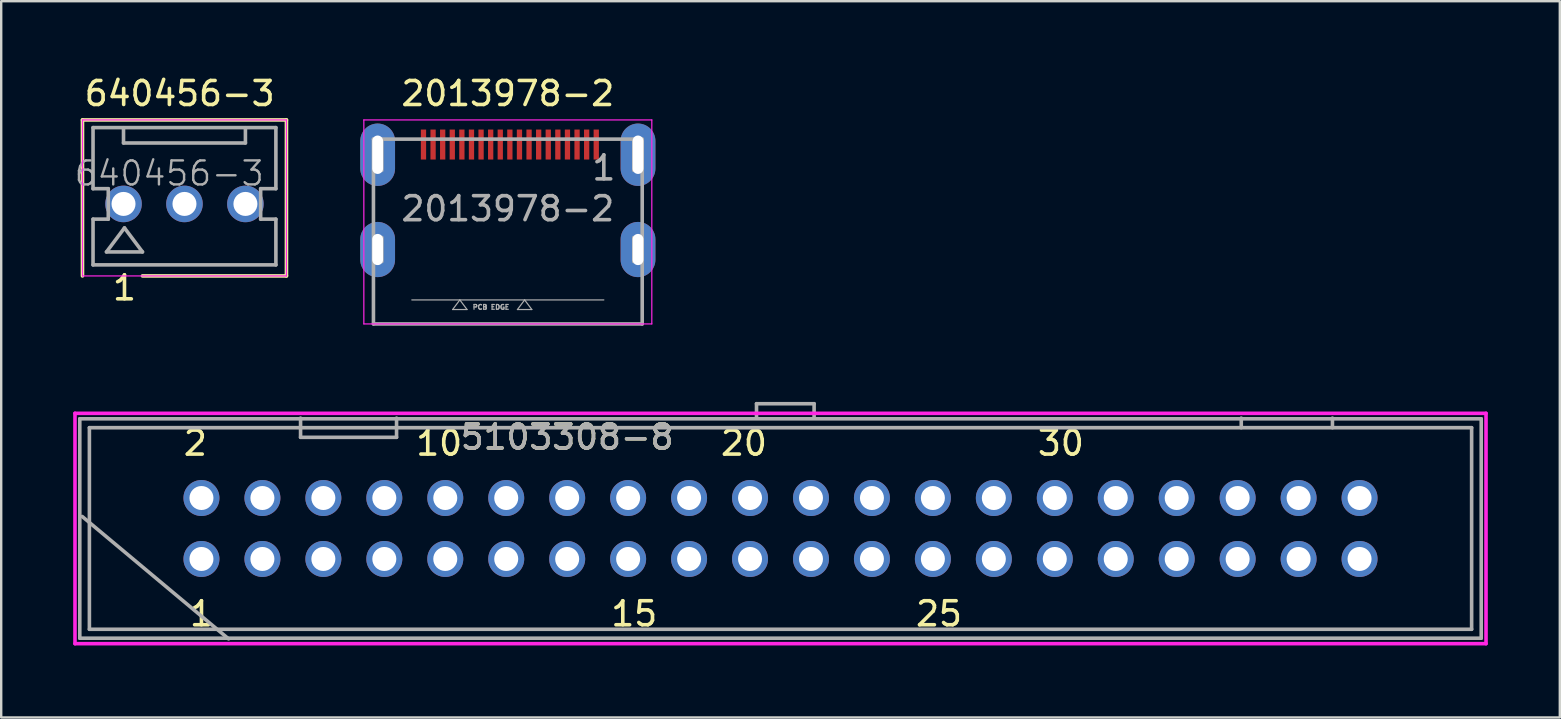
<source format=kicad_pcb>
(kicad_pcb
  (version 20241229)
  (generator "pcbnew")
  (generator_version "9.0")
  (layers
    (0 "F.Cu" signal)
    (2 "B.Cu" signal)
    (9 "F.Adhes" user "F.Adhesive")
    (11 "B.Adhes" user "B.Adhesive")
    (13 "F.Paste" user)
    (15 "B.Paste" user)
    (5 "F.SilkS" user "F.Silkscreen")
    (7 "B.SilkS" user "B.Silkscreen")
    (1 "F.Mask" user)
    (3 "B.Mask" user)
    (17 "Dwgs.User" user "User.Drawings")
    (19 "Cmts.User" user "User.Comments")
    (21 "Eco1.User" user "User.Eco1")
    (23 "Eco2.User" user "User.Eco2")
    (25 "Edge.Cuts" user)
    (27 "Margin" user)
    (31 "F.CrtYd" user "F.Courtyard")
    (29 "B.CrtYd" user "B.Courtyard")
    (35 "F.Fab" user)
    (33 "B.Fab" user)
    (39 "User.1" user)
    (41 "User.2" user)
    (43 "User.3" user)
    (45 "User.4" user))
  (footprint "5103308-8"
    (layer "F.Cu")
    (at 29.475 18.973)
    (property "Reference" "5103308-8" (at -8.89 -3.81 0) (layer "F.SilkS") (effects (font (size 1 1) (thickness 0.15))))
    (attr smd)
    (fp_line (start -29.4 -4.8) (end 29.4 -4.8) (stroke (width 0.15) (type solid)) (layer "F.CrtYd"))
    (fp_line (start -29.4 4.8) (end -29.4 -4.8) (stroke (width 0.15) (type solid)) (layer "F.CrtYd"))
    (fp_line (start 29.4 -4.8) (end 29.4 4.8) (stroke (width 0.15) (type solid)) (layer "F.CrtYd"))
    (fp_line (start 29.4 4.8) (end -29.4 4.8) (stroke (width 0.15) (type solid)) (layer "F.CrtYd"))
    (fp_line (start -29.2 -4.572) (end 29.2 -4.571) (stroke (width 0.15) (type solid)) (layer "F.Fab"))
    (fp_line (start -29.2 4.572) (end -29.2 -4.572) (stroke (width 0.15) (type solid)) (layer "F.Fab"))
    (fp_line (start -29.1 -0.5) (end -23 4.6) (stroke (width 0.15) (type solid)) (layer "F.Fab"))
    (fp_line (start -28.8 -4.2) (end -28.8 4.2) (stroke (width 0.15) (type solid)) (layer "F.Fab"))
    (fp_line (start -28.8 4.2) (end 28.8 4.2) (stroke (width 0.15) (type solid)) (layer "F.Fab"))
    (fp_line (start -20 -4.6) (end -20 -3.8) (stroke (width 0.15) (type solid)) (layer "F.Fab"))
    (fp_line (start -20 -3.8) (end -16 -3.8) (stroke (width 0.15) (type solid)) (layer "F.Fab"))
    (fp_line (start -16 -3.8) (end -16 -4.6) (stroke (width 0.15) (type solid)) (layer "F.Fab"))
    (fp_line (start -1 -5.2) (end 1.4 -5.2) (stroke (width 0.15) (type solid)) (layer "F.Fab"))
    (fp_line (start -1 -4.6) (end -1 -5.2) (stroke (width 0.15) (type solid)) (layer "F.Fab"))
    (fp_line (start 1.4 -5.2) (end 1.4 -4.6) (stroke (width 0.15) (type solid)) (layer "F.Fab"))
    (fp_line (start 19.2 -4.6) (end 19.2 -4.2) (stroke (width 0.15) (type solid)) (layer "F.Fab"))
    (fp_line (start 23 -4.6) (end 23 -4.2) (stroke (width 0.15) (type solid)) (layer "F.Fab"))
    (fp_line (start 28.8 -4.2) (end -28.8 -4.2) (stroke (width 0.15) (type solid)) (layer "F.Fab"))
    (fp_line (start 28.8 4.2) (end 28.8 -4.2) (stroke (width 0.15) (type solid)) (layer "F.Fab"))
    (fp_line (start 29.2 -4.572) (end 29.2 4.572) (stroke (width 0.15) (type solid)) (layer "F.Fab"))
    (fp_line (start 29.2 4.572) (end -29.2 4.572) (stroke (width 0.15) (type solid)) (layer "F.Fab"))
    (fp_text user "1" (at -24.13 3.556 0) (layer "F.SilkS") (effects (font (size 1 1) (thickness 0.15))))
    (fp_text user "25" (at 6.604 3.556 0) (layer "F.SilkS") (effects (font (size 1 1) (thickness 0.15))))
    (fp_text user "2" (at -24.384 -3.556 0) (layer "F.SilkS") (effects (font (size 1 1) (thickness 0.15))))
    (fp_text user "30" (at 11.684 -3.556 0) (layer "F.SilkS") (effects (font (size 1 1) (thickness 0.15))))
    (fp_text user "20" (at -1.524 -3.556 0) (layer "F.SilkS") (effects (font (size 1 1) (thickness 0.15))))
    (fp_text user "15" (at -6.096 3.556 0) (layer "F.SilkS") (effects (font (size 1 1) (thickness 0.15))))
    (fp_text user "10" (at -14.224 -3.556 0) (layer "F.SilkS") (effects (font (size 1 1) (thickness 0.15))))
    (fp_text user "${REFERENCE}" (at -8.89 -3.81 0) (layer "F.Fab") (effects (font (size 1 1) (thickness 0.15))))
    (pad "1" thru_hole circle (at -24.13 1.27) (size 1.5 1.5) (drill 1) (layers "*.Cu" "*.Mask"))
    (pad "2" thru_hole circle (at -24.13 -1.27) (size 1.5 1.5) (drill 1) (layers "*.Cu" "*.Mask"))
    (pad "3" thru_hole circle (at -21.59 1.27) (size 1.5 1.5) (drill 1) (layers "*.Cu" "*.Mask"))
    (pad "4" thru_hole circle (at -21.59 -1.27) (size 1.5 1.5) (drill 1) (layers "*.Cu" "*.Mask"))
    (pad "5" thru_hole circle (at -19.05 1.27) (size 1.5 1.5) (drill 1) (layers "*.Cu" "*.Mask"))
    (pad "6" thru_hole circle (at -19.05 -1.27) (size 1.5 1.5) (drill 1) (layers "*.Cu" "*.Mask"))
    (pad "7" thru_hole circle (at -16.51 1.27) (size 1.5 1.5) (drill 1) (layers "*.Cu" "*.Mask"))
    (pad "8" thru_hole circle (at -16.51 -1.27) (size 1.5 1.5) (drill 1) (layers "*.Cu" "*.Mask"))
    (pad "9" thru_hole circle (at -13.97 1.27) (size 1.5 1.5) (drill 1) (layers "*.Cu" "*.Mask"))
    (pad "10" thru_hole circle (at -13.97 -1.27) (size 1.5 1.5) (drill 1) (layers "*.Cu" "*.Mask"))
    (pad "11" thru_hole circle (at -11.43 1.27) (size 1.5 1.5) (drill 1) (layers "*.Cu" "*.Mask"))
    (pad "12" thru_hole circle (at -11.43 -1.27) (size 1.5 1.5) (drill 1) (layers "*.Cu" "*.Mask"))
    (pad "13" thru_hole circle (at -8.89 1.27) (size 1.5 1.5) (drill 1) (layers "*.Cu" "*.Mask"))
    (pad "14" thru_hole circle (at -8.89 -1.27) (size 1.5 1.5) (drill 1) (layers "*.Cu" "*.Mask"))
    (pad "15" thru_hole circle (at -6.35 1.27) (size 1.5 1.5) (drill 1) (layers "*.Cu" "*.Mask"))
    (pad "16" thru_hole circle (at -6.35 -1.27) (size 1.5 1.5) (drill 1) (layers "*.Cu" "*.Mask"))
    (pad "17" thru_hole circle (at -3.81 1.27) (size 1.5 1.5) (drill 1) (layers "*.Cu" "*.Mask"))
    (pad "18" thru_hole circle (at -3.81 -1.27) (size 1.5 1.5) (drill 1) (layers "*.Cu" "*.Mask"))
    (pad "19" thru_hole circle (at -1.27 1.27) (size 1.5 1.5) (drill 1) (layers "*.Cu" "*.Mask"))
    (pad "20" thru_hole circle (at -1.27 -1.27) (size 1.5 1.5) (drill 1) (layers "*.Cu" "*.Mask"))
    (pad "21" thru_hole circle (at 1.27 1.27) (size 1.5 1.5) (drill 1) (layers "*.Cu" "*.Mask"))
    (pad "22" thru_hole circle (at 1.27 -1.27) (size 1.5 1.5) (drill 1) (layers "*.Cu" "*.Mask"))
    (pad "23" thru_hole circle (at 3.81 1.27) (size 1.5 1.5) (drill 1) (layers "*.Cu" "*.Mask"))
    (pad "24" thru_hole circle (at 3.81 -1.27) (size 1.5 1.5) (drill 1) (layers "*.Cu" "*.Mask"))
    (pad "25" thru_hole circle (at 6.35 1.27) (size 1.5 1.5) (drill 1) (layers "*.Cu" "*.Mask"))
    (pad "26" thru_hole circle (at 6.35 -1.27) (size 1.5 1.5) (drill 1) (layers "*.Cu" "*.Mask"))
    (pad "27" thru_hole circle (at 8.89 1.27) (size 1.5 1.5) (drill 1) (layers "*.Cu" "*.Mask"))
    (pad "28" thru_hole circle (at 8.89 -1.27) (size 1.5 1.5) (drill 1) (layers "*.Cu" "*.Mask"))
    (pad "29" thru_hole circle (at 11.43 1.27) (size 1.5 1.5) (drill 1) (layers "*.Cu" "*.Mask"))
    (pad "30" thru_hole circle (at 11.43 -1.27) (size 1.5 1.5) (drill 1) (layers "*.Cu" "*.Mask"))
    (pad "31" thru_hole circle (at 13.97 1.27) (size 1.5 1.5) (drill 1) (layers "*.Cu" "*.Mask"))
    (pad "32" thru_hole circle (at 13.97 -1.27) (size 1.5 1.5) (drill 1) (layers "*.Cu" "*.Mask"))
    (pad "33" thru_hole circle (at 16.51 1.27) (size 1.5 1.5) (drill 1) (layers "*.Cu" "*.Mask"))
    (pad "34" thru_hole circle (at 16.51 -1.27) (size 1.5 1.5) (drill 1) (layers "*.Cu" "*.Mask"))
    (pad "35" thru_hole circle (at 19.05 1.27) (size 1.5 1.5) (drill 1) (layers "*.Cu" "*.Mask"))
    (pad "36" thru_hole circle (at 19.05 -1.27) (size 1.5 1.5) (drill 1) (layers "*.Cu" "*.Mask"))
    (pad "37" thru_hole circle (at 21.59 1.27) (size 1.5 1.5) (drill 1) (layers "*.Cu" "*.Mask"))
    (pad "38" thru_hole circle (at 21.59 -1.27) (size 1.5 1.5) (drill 1) (layers "*.Cu" "*.Mask"))
    (pad "39" thru_hole circle (at 24.13 1.27) (size 1.5 1.5) (drill 1) (layers "*.Cu" "*.Mask"))
    (pad "40" thru_hole circle (at 24.13 -1.27) (size 1.5 1.5) (drill 1) (layers "*.Cu" "*.Mask")))
  (footprint "2013978-2"
    (layer "F.Cu")
    (at 18.112 10.448)
    (property "Reference" "2013978-2" (at 0 -9.6 0) (layer "F.SilkS") (effects (font (size 1 1) (thickness 0.15))))
    (attr smd)
    (fp_line (start -6 -8.5) (end -6 0) (stroke (width 0.05) (type solid)) (layer "F.CrtYd"))
    (fp_line (start -6 0) (end 6 0) (stroke (width 0.05) (type solid)) (layer "F.CrtYd"))
    (fp_line (start 6 -8.5) (end -6 -8.5) (stroke (width 0.05) (type solid)) (layer "F.CrtYd"))
    (fp_line (start 6 0) (end 6 -8.5) (stroke (width 0.05) (type solid)) (layer "F.CrtYd"))
    (fp_line (start -5.6 -7.7) (end 5.6 -7.7) (stroke (width 0.15) (type solid)) (layer "F.Fab"))
    (fp_line (start -5.6 0) (end -5.6 -7.7) (stroke (width 0.15) (type solid)) (layer "F.Fab"))
    (fp_line (start -5.25 -7.7) (end -5.25 -6.4) (stroke (width 0.15) (type solid)) (layer "F.Fab"))
    (fp_line (start -5.25 -3.6) (end -5.25 -2.6) (stroke (width 0.15) (type solid)) (layer "F.Fab"))
    (fp_line (start -4 -1) (end 4 -1) (stroke (width 0.05) (type solid)) (layer "F.Fab"))
    (fp_line (start -3 0) (end 3 0) (stroke (width 0.05) (type solid)) (layer "F.Fab"))
    (fp_line (start -2.3 -0.6) (end -1.7 -0.6) (stroke (width 0.05) (type solid)) (layer "F.Fab"))
    (fp_line (start -2 -1) (end -2.3 -0.6) (stroke (width 0.05) (type solid)) (layer "F.Fab"))
    (fp_line (start -1.7 -0.6) (end -2 -1) (stroke (width 0.05) (type solid)) (layer "F.Fab"))
    (fp_line (start 0.4 -0.6) (end 0.7 -1) (stroke (width 0.05) (type solid)) (layer "F.Fab"))
    (fp_line (start 0.4 -0.6) (end 1 -0.6) (stroke (width 0.05) (type solid)) (layer "F.Fab"))
    (fp_line (start 0.7 -1) (end 1 -0.6) (stroke (width 0.05) (type solid)) (layer "F.Fab"))
    (fp_line (start 5.25 -6.4) (end 5.25 -7.7) (stroke (width 0.15) (type solid)) (layer "F.Fab"))
    (fp_line (start 5.25 -2.6) (end 5.25 -3.6) (stroke (width 0.15) (type solid)) (layer "F.Fab"))
    (fp_line (start 5.6 -7.7) (end 5.6 0) (stroke (width 0.15) (type solid)) (layer "F.Fab"))
    (fp_line (start 5.6 0) (end -5.6 0) (stroke (width 0.15) (type solid)) (layer "F.Fab"))
    (fp_text user "PCB EDGE" (at -0.7 -0.7 0) (layer "F.Fab") (effects (font (size 0.2 0.2) (thickness 0.05))))
    (fp_text user "1" (at 4 -6.5 0) (layer "F.Fab") (effects (font (size 1 1) (thickness 0.15))))
    (fp_text user "${REFERENCE}" (at 0 -4.8 0) (layer "F.Fab") (effects (font (size 1 1) (thickness 0.15))))
    (pad "1" smd rect (at 3.685 -7.475) (size 0.22 1.25) (layers "F.Cu" "F.Mask" "F.Paste"))
    (pad "2" smd rect (at 3.285 -7.475) (size 0.22 1.25) (layers "F.Cu" "F.Mask" "F.Paste"))
    (pad "3" smd rect (at 2.885 -7.475) (size 0.22 1.25) (layers "F.Cu" "F.Mask" "F.Paste"))
    (pad "4" smd rect (at 2.485 -7.475) (size 0.22 1.25) (layers "F.Cu" "F.Mask" "F.Paste"))
    (pad "5" smd rect (at 2.085 -7.475) (size 0.22 1.25) (layers "F.Cu" "F.Mask" "F.Paste"))
    (pad "6" smd rect (at 1.685 -7.475) (size 0.22 1.25) (layers "F.Cu" "F.Mask" "F.Paste"))
    (pad "7" smd rect (at 1.285 -7.475) (size 0.22 1.25) (layers "F.Cu" "F.Mask" "F.Paste"))
    (pad "8" smd rect (at 0.885 -7.475) (size 0.22 1.25) (layers "F.Cu" "F.Mask" "F.Paste"))
    (pad "9" smd rect (at 0.485 -7.475) (size 0.22 1.25) (layers "F.Cu" "F.Mask" "F.Paste"))
    (pad "10" smd rect (at 0.085 -7.475) (size 0.22 1.25) (layers "F.Cu" "F.Mask" "F.Paste"))
    (pad "11" smd rect (at -0.315 -7.475) (size 0.22 1.25) (layers "F.Cu" "F.Mask" "F.Paste"))
    (pad "12" smd rect (at -0.715 -7.475) (size 0.22 1.25) (layers "F.Cu" "F.Mask" "F.Paste"))
    (pad "13" smd rect (at -1.115 -7.475) (size 0.22 1.25) (layers "F.Cu" "F.Mask" "F.Paste"))
    (pad "14" smd rect (at -1.515 -7.475) (size 0.22 1.25) (layers "F.Cu" "F.Mask" "F.Paste"))
    (pad "15" smd rect (at -1.915 -7.475) (size 0.22 1.25) (layers "F.Cu" "F.Mask" "F.Paste"))
    (pad "16" smd rect (at -2.315 -7.475) (size 0.22 1.25) (layers "F.Cu" "F.Mask" "F.Paste"))
    (pad "17" smd rect (at -2.715 -7.475) (size 0.22 1.25) (layers "F.Cu" "F.Mask" "F.Paste"))
    (pad "18" smd rect (at -3.115 -7.475) (size 0.22 1.25) (layers "F.Cu" "F.Mask" "F.Paste"))
    (pad "19" smd rect (at -3.515 -7.475) (size 0.22 1.25) (layers "F.Cu" "F.Mask" "F.Paste"))
    (pad "20" thru_hole oval (at -5.425 -7.05) (size 1.45 2.6) (drill oval 0.45 1.6) (layers "*.Cu" "*.Mask"))
    (pad "21" thru_hole oval (at -5.425 -3.1) (size 1.45 2.3) (drill oval 0.45 1.3) (layers "*.Cu" "*.Mask"))
    (pad "22" thru_hole oval (at 5.425 -7.05) (size 1.45 2.6) (drill oval 0.45 1.6) (layers "*.Cu" "*.Mask"))
    (pad "23" thru_hole oval (at 5.425 -3.1) (size 1.45 2.3) (drill oval 0.45 1.3) (layers "*.Cu" "*.Mask")))
  (footprint "640456-3"
    (layer "F.Cu")
    (at 4.637 5.448)
    (property "Reference" "640456-3" (at -0.2 -4.6 0) (layer "F.SilkS") (effects (font (size 1 1) (thickness 0.15))))
    (attr smd)
    (fp_line (start -4.25 -3.5) (end -4.25 3) (stroke (width 0.15) (type solid)) (layer "F.SilkS"))
    (fp_line (start -4.25 -3.5) (end 4.25 -3.5) (stroke (width 0.15) (type solid)) (layer "F.SilkS"))
    (fp_line (start -1.75 3) (end 4.25 3) (stroke (width 0.15) (type solid)) (layer "F.SilkS"))
    (fp_line (start 4.25 -3.5) (end 4.25 3) (stroke (width 0.15) (type solid)) (layer "F.SilkS"))
    (fp_line (start -4.25 -3.5) (end -4.25 3) (stroke (width 0.05) (type solid)) (layer "F.CrtYd"))
    (fp_line (start -4.25 3) (end 4.25 3) (stroke (width 0.05) (type solid)) (layer "F.CrtYd"))
    (fp_line (start 4.25 -3.5) (end -4.25 -3.5) (stroke (width 0.05) (type solid)) (layer "F.CrtYd"))
    (fp_line (start 4.25 -3.5) (end 4.25 3) (stroke (width 0.05) (type solid)) (layer "F.CrtYd"))
    (fp_line (start -3.81 -3.18) (end -3.81 -0.635) (stroke (width 0.15) (type solid)) (layer "F.Fab"))
    (fp_line (start -3.81 -3.18) (end 3.81 -3.18) (stroke (width 0.15) (type solid)) (layer "F.Fab"))
    (fp_line (start -3.81 -0.635) (end -3.175 -0.635) (stroke (width 0.15) (type solid)) (layer "F.Fab"))
    (fp_line (start -3.81 0.635) (end -3.81 2.54) (stroke (width 0.15) (type solid)) (layer "F.Fab"))
    (fp_line (start -3.81 2.54) (end 3.81 2.54) (stroke (width 0.15) (type solid)) (layer "F.Fab"))
    (fp_line (start -3.25 2) (end -1.75 2) (stroke (width 0.15) (type solid)) (layer "F.Fab"))
    (fp_line (start -3.175 -0.635) (end -3.175 0.635) (stroke (width 0.15) (type solid)) (layer "F.Fab"))
    (fp_line (start -3.175 0.635) (end -3.81 0.635) (stroke (width 0.15) (type solid)) (layer "F.Fab"))
    (fp_line (start -2.54 -2.54) (end -2.54 -3.175) (stroke (width 0.15) (type solid)) (layer "F.Fab"))
    (fp_line (start -2.54 -2.54) (end 2.54 -2.54) (stroke (width 0.15) (type solid)) (layer "F.Fab"))
    (fp_line (start -2.5 1) (end -3.25 2) (stroke (width 0.15) (type solid)) (layer "F.Fab"))
    (fp_line (start -1.75 2) (end -2.5 1) (stroke (width 0.15) (type solid)) (layer "F.Fab"))
    (fp_line (start 2.54 -2.54) (end 2.54 -3.175) (stroke (width 0.15) (type solid)) (layer "F.Fab"))
    (fp_line (start 3.175 -0.635) (end 3.175 0.635) (stroke (width 0.15) (type solid)) (layer "F.Fab"))
    (fp_line (start 3.175 0.635) (end 3.81 0.635) (stroke (width 0.15) (type solid)) (layer "F.Fab"))
    (fp_line (start 3.81 -3.18) (end 3.81 -0.635) (stroke (width 0.15) (type solid)) (layer "F.Fab"))
    (fp_line (start 3.81 -0.635) (end 3.175 -0.635) (stroke (width 0.15) (type solid)) (layer "F.Fab"))
    (fp_line (start 3.81 0.635) (end 3.81 2.54) (stroke (width 0.15) (type solid)) (layer "F.Fab"))
    (fp_text user "1" (at -2.5 3.5 0) (layer "F.SilkS") (effects (font (size 1 1) (thickness 0.15))))
    (fp_text user "${REFERENCE}" (at -0.635 -1.27 0) (layer "F.Fab") (effects (font (size 1 1) (thickness 0.1))))
    (pad "1" thru_hole circle (at -2.54 0) (size 1.524 1.524) (drill 1) (layers "*.Cu" "*.Mask"))
    (pad "2" thru_hole circle (at 0 0) (size 1.524 1.524) (drill 1) (layers "*.Cu" "*.Mask"))
    (pad "3" thru_hole circle (at 2.54 0) (size 1.524 1.524) (drill 1) (layers "*.Cu" "*.Mask")))
  (gr_rect
    (start -3 -3)
    (end 61.95 26.848)
    (stroke (width 0.1) (type default))
    (fill no)
    (layer "Edge.Cuts")))
</source>
